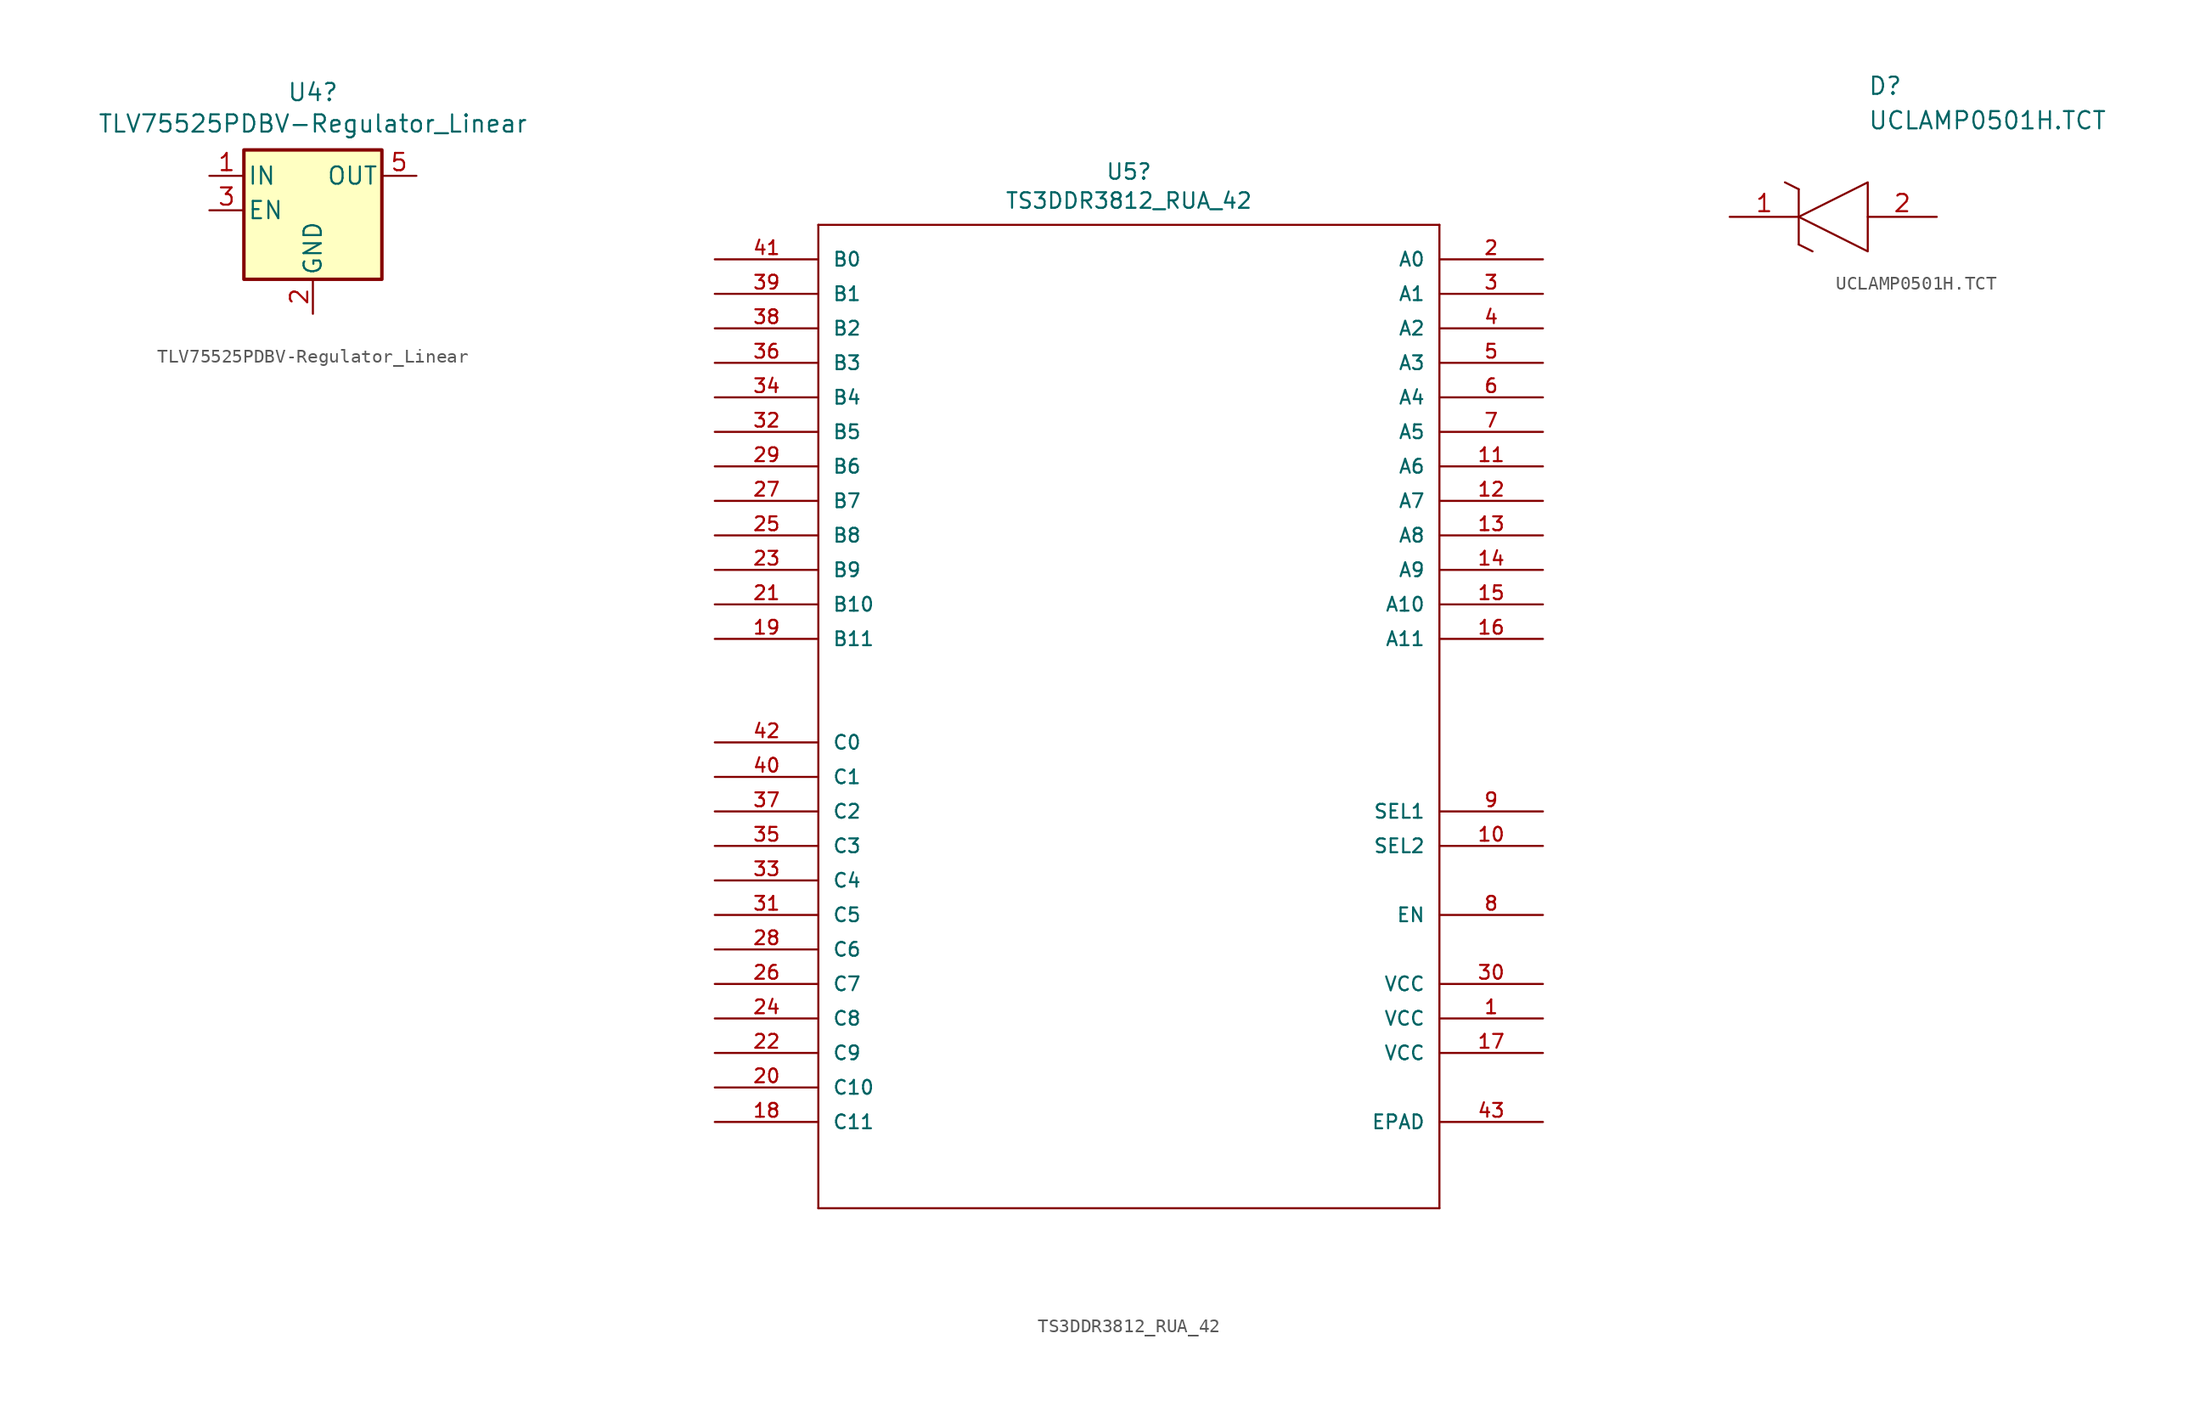
<source format=kicad_sym>
(kicad_symbol_lib
  (version 20211014)
  (generator kicad_symbol_editor)
  (symbol "TLV75525PDBV-Regulator_Linear"
    (pin_names
      (offset 0.254))
    (property "Reference" "U4"
      (at 0 8.687 0)
      (effects (font (size 1.27 1.27))))
    (property "Value" "TLV75525PDBV-Regulator_Linear"
      (at 0 6.375 0)
      (effects (font (size 1.27 1.27))))
    (symbol "TLV75525PDBV-Regulator_Linear_0_1"
      (rectangle (start -5.08 4.445) (end 5.08 -5.08) (stroke (width 0.254) (type default) (color 0 0 0 0)) (fill (type background))))
    (symbol "TLV75525PDBV-Regulator_Linear_1_1"
      (pin power_in line (at -7.62 2.54 0) (length 2.54) (name "IN" (effects (font (size 1.27 1.27)))) (number "1" (effects (font (size 1.27 1.27)))))
      (pin passive line (at 0 -7.62 90) (length 2.54) (name "GND" (effects (font (size 1.27 1.27)))) (number "2" (effects (font (size 1.27 1.27)))))
      (pin input line (at -7.62 0 0) (length 2.54) (name "EN" (effects (font (size 1.27 1.27)))) (number "3" (effects (font (size 1.27 1.27)))))
      (pin no_connect line (at 5.08 0 180) (length 2.54) hide (name "NC" (effects (font (size 1.27 1.27)))) (number "4" (effects (font (size 1.27 1.27)))))
      (pin power_out line (at 7.62 2.54 180) (length 2.54) (name "OUT" (effects (font (size 1.27 1.27)))) (number "5" (effects (font (size 1.27 1.27)))))))
  (symbol "TS3DDR3812_RUA_42"
    (pin_names
      (offset 1.016))
    (property "Reference" "U5"
      (at 27.94 6.452 0)
      (effects (font (size 1.143 1.143))))
    (property "Value" "TS3DDR3812_RUA_42"
      (at 27.94 4.318 0)
      (effects (font (size 1.143 1.143))))
    (property "ki_locked" ""
      (at 0 0 0)
      (effects (font (size 1.27 1.27))))
    (symbol "TS3DDR3812_RUA_42_1_0"
      (polyline (pts (xy 5.08 -69.85) (xy 5.08 2.54)) (stroke (width 0) (type default) (color 0 0 0 0)) (fill (type none)))
      (polyline (pts (xy 5.08 2.54) (xy 50.8 2.54)) (stroke (width 0) (type default) (color 0 0 0 0)) (fill (type none)))
      (polyline (pts (xy 50.8 2.54) (xy 50.8 -69.85)) (stroke (width 0) (type default) (color 0 0 0 0)) (fill (type none)))
      (polyline (pts (xy 50.8 -69.85) (xy 25.4 -69.85) (xy 5.08 -69.85)) (stroke (width 0) (type default) (color 0 0 0 0)) (fill (type none))))
    (symbol "TS3DDR3812_RUA_42_1_1"
      (pin power_in line (at 58.42 -55.88 180) (length 7.62) (name "VCC" (effects (font (size 1.016 1.016)))) (number "1" (effects (font (size 1.016 1.016)))))
      (pin input line (at 58.42 -43.18 180) (length 7.62) (name "SEL2" (effects (font (size 1.016 1.016)))) (number "10" (effects (font (size 1.016 1.016)))))
      (pin bidirectional line (at 58.42 -15.24 180) (length 7.62) (name "A6" (effects (font (size 1.016 1.016)))) (number "11" (effects (font (size 1.016 1.016)))))
      (pin bidirectional line (at 58.42 -17.78 180) (length 7.62) (name "A7" (effects (font (size 1.016 1.016)))) (number "12" (effects (font (size 1.016 1.016)))))
      (pin bidirectional line (at 58.42 -20.32 180) (length 7.62) (name "A8" (effects (font (size 1.016 1.016)))) (number "13" (effects (font (size 1.016 1.016)))))
      (pin bidirectional line (at 58.42 -22.86 180) (length 7.62) (name "A9" (effects (font (size 1.016 1.016)))) (number "14" (effects (font (size 1.016 1.016)))))
      (pin bidirectional line (at 58.42 -25.4 180) (length 7.62) (name "A10" (effects (font (size 1.016 1.016)))) (number "15" (effects (font (size 1.016 1.016)))))
      (pin bidirectional line (at 58.42 -27.94 180) (length 7.62) (name "A11" (effects (font (size 1.016 1.016)))) (number "16" (effects (font (size 1.016 1.016)))))
      (pin power_in line (at 58.42 -58.42 180) (length 7.62) (name "VCC" (effects (font (size 1.016 1.016)))) (number "17" (effects (font (size 1.016 1.016)))))
      (pin bidirectional line (at -2.54 -63.5 0) (length 7.62) (name "C11" (effects (font (size 1.016 1.016)))) (number "18" (effects (font (size 1.016 1.016)))))
      (pin bidirectional line (at -2.54 -27.94 0) (length 7.62) (name "B11" (effects (font (size 1.016 1.016)))) (number "19" (effects (font (size 1.016 1.016)))))
      (pin bidirectional line (at 58.42 0 180) (length 7.62) (name "A0" (effects (font (size 1.016 1.016)))) (number "2" (effects (font (size 1.016 1.016)))))
      (pin bidirectional line (at -2.54 -60.96 0) (length 7.62) (name "C10" (effects (font (size 1.016 1.016)))) (number "20" (effects (font (size 1.016 1.016)))))
      (pin bidirectional line (at -2.54 -25.4 0) (length 7.62) (name "B10" (effects (font (size 1.016 1.016)))) (number "21" (effects (font (size 1.016 1.016)))))
      (pin bidirectional line (at -2.54 -58.42 0) (length 7.62) (name "C9" (effects (font (size 1.016 1.016)))) (number "22" (effects (font (size 1.016 1.016)))))
      (pin bidirectional line (at -2.54 -22.86 0) (length 7.62) (name "B9" (effects (font (size 1.016 1.016)))) (number "23" (effects (font (size 1.016 1.016)))))
      (pin bidirectional line (at -2.54 -55.88 0) (length 7.62) (name "C8" (effects (font (size 1.016 1.016)))) (number "24" (effects (font (size 1.016 1.016)))))
      (pin bidirectional line (at -2.54 -20.32 0) (length 7.62) (name "B8" (effects (font (size 1.016 1.016)))) (number "25" (effects (font (size 1.016 1.016)))))
      (pin bidirectional line (at -2.54 -53.34 0) (length 7.62) (name "C7" (effects (font (size 1.016 1.016)))) (number "26" (effects (font (size 1.016 1.016)))))
      (pin bidirectional line (at -2.54 -17.78 0) (length 7.62) (name "B7" (effects (font (size 1.016 1.016)))) (number "27" (effects (font (size 1.016 1.016)))))
      (pin bidirectional line (at -2.54 -50.8 0) (length 7.62) (name "C6" (effects (font (size 1.016 1.016)))) (number "28" (effects (font (size 1.016 1.016)))))
      (pin bidirectional line (at -2.54 -15.24 0) (length 7.62) (name "B6" (effects (font (size 1.016 1.016)))) (number "29" (effects (font (size 1.016 1.016)))))
      (pin bidirectional line (at 58.42 -2.54 180) (length 7.62) (name "A1" (effects (font (size 1.016 1.016)))) (number "3" (effects (font (size 1.016 1.016)))))
      (pin power_in line (at 58.42 -53.34 180) (length 7.62) (name "VCC" (effects (font (size 1.016 1.016)))) (number "30" (effects (font (size 1.016 1.016)))))
      (pin bidirectional line (at -2.54 -48.26 0) (length 7.62) (name "C5" (effects (font (size 1.016 1.016)))) (number "31" (effects (font (size 1.016 1.016)))))
      (pin bidirectional line (at -2.54 -12.7 0) (length 7.62) (name "B5" (effects (font (size 1.016 1.016)))) (number "32" (effects (font (size 1.016 1.016)))))
      (pin bidirectional line (at -2.54 -45.72 0) (length 7.62) (name "C4" (effects (font (size 1.016 1.016)))) (number "33" (effects (font (size 1.016 1.016)))))
      (pin bidirectional line (at -2.54 -10.16 0) (length 7.62) (name "B4" (effects (font (size 1.016 1.016)))) (number "34" (effects (font (size 1.016 1.016)))))
      (pin bidirectional line (at -2.54 -43.18 0) (length 7.62) (name "C3" (effects (font (size 1.016 1.016)))) (number "35" (effects (font (size 1.016 1.016)))))
      (pin bidirectional line (at -2.54 -7.62 0) (length 7.62) (name "B3" (effects (font (size 1.016 1.016)))) (number "36" (effects (font (size 1.016 1.016)))))
      (pin bidirectional line (at -2.54 -40.64 0) (length 7.62) (name "C2" (effects (font (size 1.016 1.016)))) (number "37" (effects (font (size 1.016 1.016)))))
      (pin bidirectional line (at -2.54 -5.08 0) (length 7.62) (name "B2" (effects (font (size 1.016 1.016)))) (number "38" (effects (font (size 1.016 1.016)))))
      (pin bidirectional line (at -2.54 -2.54 0) (length 7.62) (name "B1" (effects (font (size 1.016 1.016)))) (number "39" (effects (font (size 1.016 1.016)))))
      (pin bidirectional line (at 58.42 -5.08 180) (length 7.62) (name "A2" (effects (font (size 1.016 1.016)))) (number "4" (effects (font (size 1.016 1.016)))))
      (pin bidirectional line (at -2.54 -38.1 0) (length 7.62) (name "C1" (effects (font (size 1.016 1.016)))) (number "40" (effects (font (size 1.016 1.016)))))
      (pin bidirectional line (at -2.54 0 0) (length 7.62) (name "B0" (effects (font (size 1.016 1.016)))) (number "41" (effects (font (size 1.016 1.016)))))
      (pin bidirectional line (at -2.54 -35.56 0) (length 7.62) (name "C0" (effects (font (size 1.016 1.016)))) (number "42" (effects (font (size 1.016 1.016)))))
      (pin passive line (at 58.42 -63.5 180) (length 7.62) (name "EPAD" (effects (font (size 1.016 1.016)))) (number "43" (effects (font (size 1.016 1.016)))))
      (pin bidirectional line (at 58.42 -7.62 180) (length 7.62) (name "A3" (effects (font (size 1.016 1.016)))) (number "5" (effects (font (size 1.016 1.016)))))
      (pin bidirectional line (at 58.42 -10.16 180) (length 7.62) (name "A4" (effects (font (size 1.016 1.016)))) (number "6" (effects (font (size 1.016 1.016)))))
      (pin bidirectional line (at 58.42 -12.7 180) (length 7.62) (name "A5" (effects (font (size 1.016 1.016)))) (number "7" (effects (font (size 1.016 1.016)))))
      (pin input line (at 58.42 -48.26 180) (length 7.62) (name "EN" (effects (font (size 1.016 1.016)))) (number "8" (effects (font (size 1.016 1.016)))))
      (pin input line (at 58.42 -40.64 180) (length 7.62) (name "SEL1" (effects (font (size 1.016 1.016)))) (number "9" (effects (font (size 1.016 1.016)))))))
  (symbol "UCLAMP0501H.TCT"
    (pin_names
      (offset 0.762))
    (property "Reference" "D"
      (at 10.16 8.89 0)
      (effects (font (size 1.27 1.27)) (justify left bottom)))
    (property "Value" "UCLAMP0501H.TCT"
      (at 10.16 6.35 0)
      (effects (font (size 1.27 1.27)) (justify left bottom)))
    (symbol "UCLAMP0501H.TCT_0_0"
      (pin passive line (at 0 0 0) (length 5.08) (name "~" (effects (font (size 1.27 1.27)))) (number "1" (effects (font (size 1.27 1.27)))))
      (pin passive line (at 15.24 0 180) (length 5.08) (name "~" (effects (font (size 1.27 1.27)))) (number "2" (effects (font (size 1.27 1.27))))))
    (symbol "UCLAMP0501H.TCT_0_1"
      (polyline (pts (xy 4.064 2.54) (xy 5.08 2.032)) (stroke (width 0.152) (type default) (color 0 0 0 0)) (fill (type none)))
      (polyline (pts (xy 5.08 -2.032) (xy 5.08 2.032)) (stroke (width 0.152) (type default) (color 0 0 0 0)) (fill (type none)))
      (polyline (pts (xy 5.08 -2.032) (xy 6.096 -2.54)) (stroke (width 0.152) (type default) (color 0 0 0 0)) (fill (type none)))
      (polyline (pts (xy 5.08 0) (xy 10.16 2.54) (xy 10.16 -2.54) (xy 5.08 0)) (stroke (width 0.152) (type default) (color 0 0 0 0)) (fill (type none))))))
</source>
